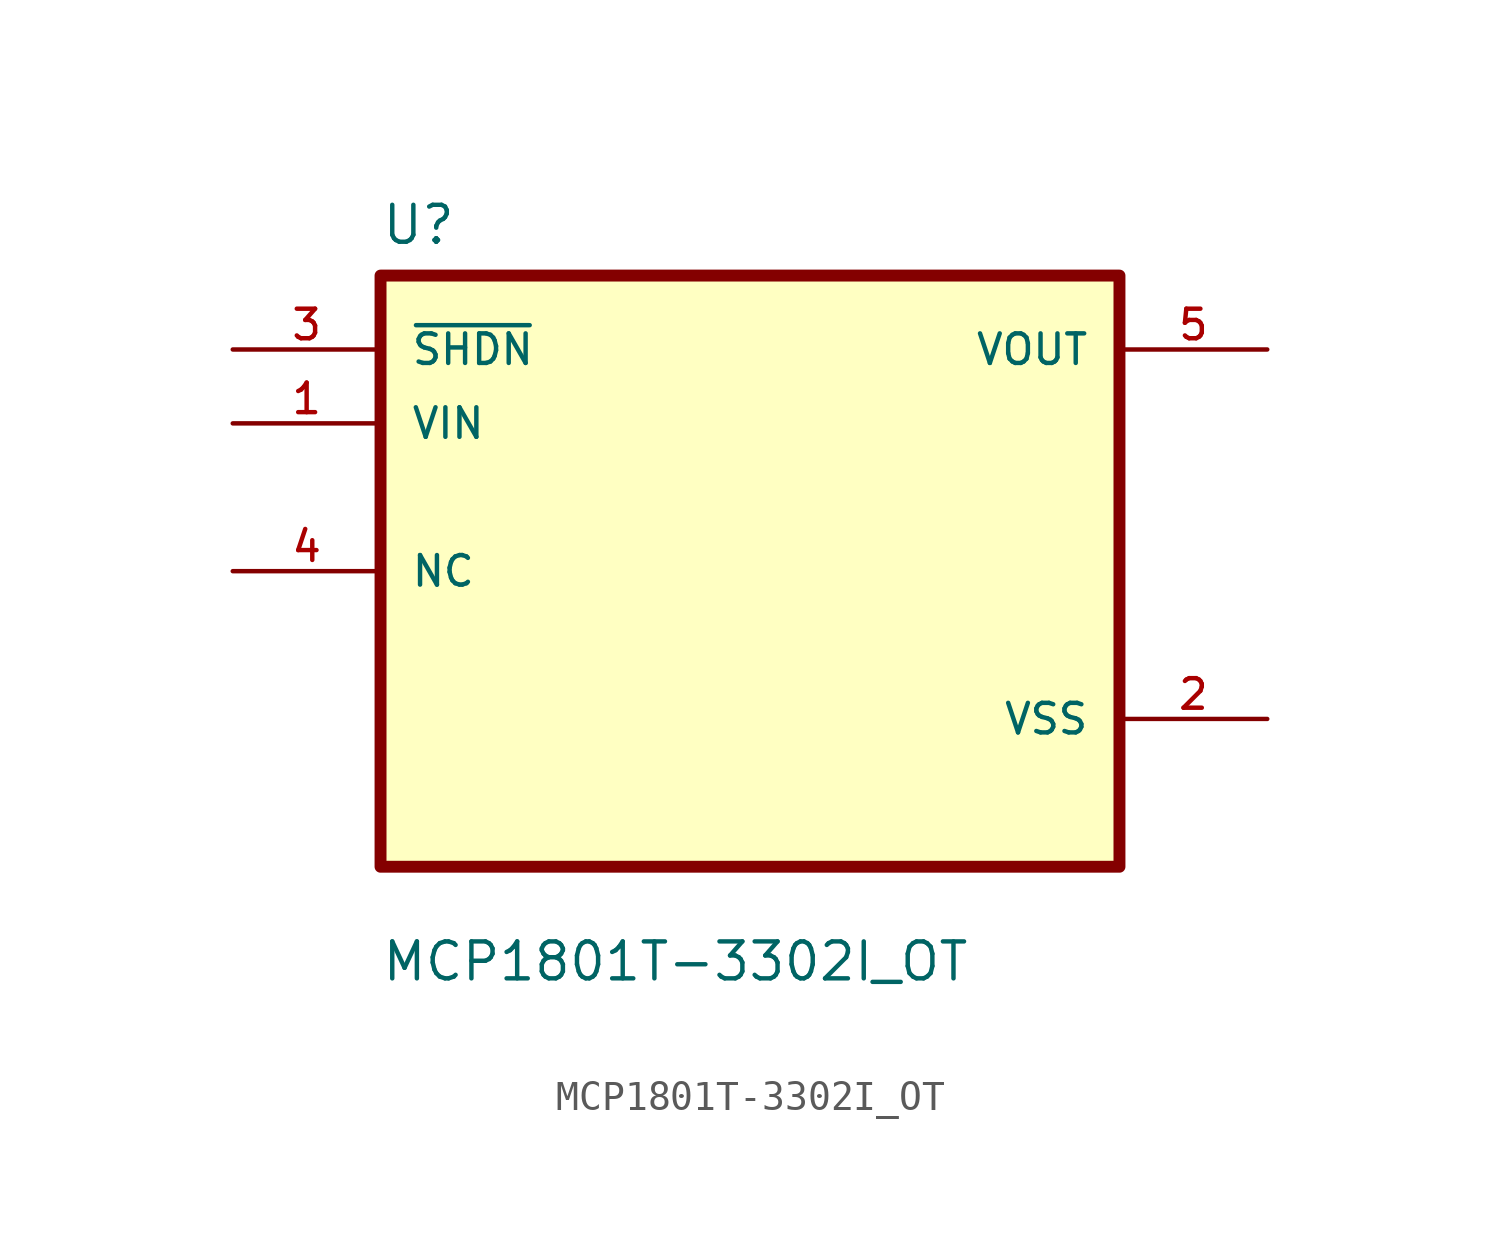
<source format=kicad_sym>
(kicad_symbol_lib
  (version 20241209)
  (generator "kicad_symbol_editor")
  (generator_version "9.0")
  (symbol "MCP1801T-3302I_OT"
    (pin_names
      (offset 1.016))
    (property "Reference" "U"
      (at -12.7 11.16 0)
      (effects (font (size 1.27 1.27)) (justify left bottom)))
    (property "Value" "MCP1801T-3302I_OT"
      (at -12.7 -14.16 0)
      (effects (font (size 1.27 1.27)) (justify left bottom)))
    (symbol "MCP1801T-3302I_OT_0_0"
      (rectangle (start -12.7 -10.16) (end 12.7 10.16) (stroke (width 0.41) (type default)) (fill (type background)))
      (pin input line (at -17.78 7.62 0) (length 5.08) (name "~{SHDN}" (effects (font (size 1.016 1.016)))) (number "3" (effects (font (size 1.016 1.016)))))
      (pin input line (at -17.78 5.08 0) (length 5.08) (name "VIN" (effects (font (size 1.016 1.016)))) (number "1" (effects (font (size 1.016 1.016)))))
      (pin bidirectional line (at -17.78 0 0) (length 5.08) (name "NC" (effects (font (size 1.016 1.016)))) (number "4" (effects (font (size 1.016 1.016)))))
      (pin output line (at 17.78 7.62 180) (length 5.08) (name "VOUT" (effects (font (size 1.016 1.016)))) (number "5" (effects (font (size 1.016 1.016)))))
      (pin power_in line (at 17.78 -5.08 180) (length 5.08) (name "VSS" (effects (font (size 1.016 1.016)))) (number "2" (effects (font (size 1.016 1.016))))))))
</source>
